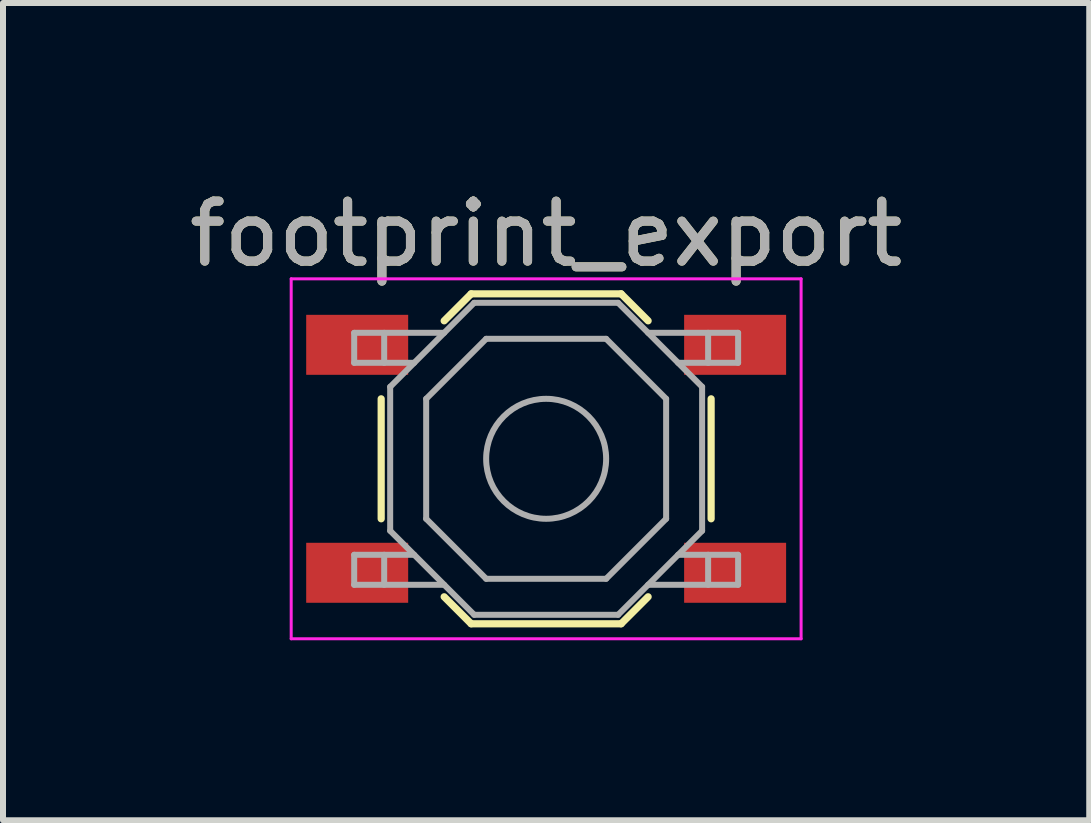
<source format=kicad_pcb>
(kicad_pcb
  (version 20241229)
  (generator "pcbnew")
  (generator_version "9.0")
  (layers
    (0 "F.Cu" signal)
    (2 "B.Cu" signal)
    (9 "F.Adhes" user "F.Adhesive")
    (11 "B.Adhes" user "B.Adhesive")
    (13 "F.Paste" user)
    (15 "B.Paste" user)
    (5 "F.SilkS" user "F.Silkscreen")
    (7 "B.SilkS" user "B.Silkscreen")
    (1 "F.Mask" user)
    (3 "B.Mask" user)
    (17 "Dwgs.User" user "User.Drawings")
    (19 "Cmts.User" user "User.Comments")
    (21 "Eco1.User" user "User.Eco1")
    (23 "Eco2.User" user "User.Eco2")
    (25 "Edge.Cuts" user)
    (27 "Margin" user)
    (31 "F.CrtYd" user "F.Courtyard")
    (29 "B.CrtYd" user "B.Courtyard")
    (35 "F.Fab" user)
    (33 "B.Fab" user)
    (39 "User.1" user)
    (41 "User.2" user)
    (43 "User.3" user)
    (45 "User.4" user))
  (footprint "footprint_export"
    (layer "F.Cu")
    (at 6.054 4.598)
    (property "Reference" "footprint_export" (at 0 -3.75 0) (layer "F.SilkS") (effects (font (size 1 1) (thickness 0.15))))
    (attr smd)
    (fp_line (start -2.75 -1) (end -2.75 1) (stroke (width 0.12) (type solid)) (layer "F.SilkS"))
    (fp_line (start -1.7 -2.3) (end -1.25 -2.75) (stroke (width 0.12) (type solid)) (layer "F.SilkS"))
    (fp_line (start -1.7 2.3) (end -1.25 2.75) (stroke (width 0.12) (type solid)) (layer "F.SilkS"))
    (fp_line (start -1.25 -2.75) (end 1.25 -2.75) (stroke (width 0.12) (type solid)) (layer "F.SilkS"))
    (fp_line (start -1.25 2.75) (end 1.25 2.75) (stroke (width 0.12) (type solid)) (layer "F.SilkS"))
    (fp_line (start 1.7 -2.3) (end 1.25 -2.75) (stroke (width 0.12) (type solid)) (layer "F.SilkS"))
    (fp_line (start 1.7 2.3) (end 1.25 2.75) (stroke (width 0.12) (type solid)) (layer "F.SilkS"))
    (fp_line (start 2.75 -1) (end 2.75 1) (stroke (width 0.12) (type solid)) (layer "F.SilkS"))
    (fp_line (start -4.25 -3) (end 4.25 -3) (stroke (width 0.05) (type solid)) (layer "F.CrtYd"))
    (fp_line (start -4.25 3) (end -4.25 -3) (stroke (width 0.05) (type solid)) (layer "F.CrtYd"))
    (fp_line (start 4.25 -3) (end 4.25 3) (stroke (width 0.05) (type solid)) (layer "F.CrtYd"))
    (fp_line (start 4.25 3) (end -4.25 3) (stroke (width 0.05) (type solid)) (layer "F.CrtYd"))
    (fp_line (start -3.2 -2.1) (end -3.2 -1.6) (stroke (width 0.1) (type solid)) (layer "F.Fab"))
    (fp_line (start -3.2 -1.6) (end -2.2 -1.6) (stroke (width 0.1) (type solid)) (layer "F.Fab"))
    (fp_line (start -3.2 1.6) (end -2.2 1.6) (stroke (width 0.1) (type solid)) (layer "F.Fab"))
    (fp_line (start -3.2 2.1) (end -3.2 1.6) (stroke (width 0.1) (type solid)) (layer "F.Fab"))
    (fp_line (start -2.7 -2.1) (end -2.7 -1.6) (stroke (width 0.1) (type solid)) (layer "F.Fab"))
    (fp_line (start -2.7 2.1) (end -2.7 1.6) (stroke (width 0.1) (type solid)) (layer "F.Fab"))
    (fp_line (start -2.6 -1.2) (end -2.6 1.2) (stroke (width 0.1) (type solid)) (layer "F.Fab"))
    (fp_line (start -2.6 1.2) (end -1.2 2.6) (stroke (width 0.1) (type solid)) (layer "F.Fab"))
    (fp_line (start -2 -1) (end -1 -2) (stroke (width 0.1) (type solid)) (layer "F.Fab"))
    (fp_line (start -2 1) (end -2 -1) (stroke (width 0.1) (type solid)) (layer "F.Fab"))
    (fp_line (start -1.7 -2.1) (end -3.2 -2.1) (stroke (width 0.1) (type solid)) (layer "F.Fab"))
    (fp_line (start -1.7 2.1) (end -3.2 2.1) (stroke (width 0.1) (type solid)) (layer "F.Fab"))
    (fp_line (start -1.2 -2.6) (end -2.6 -1.2) (stroke (width 0.1) (type solid)) (layer "F.Fab"))
    (fp_line (start -1.2 2.6) (end 1.2 2.6) (stroke (width 0.1) (type solid)) (layer "F.Fab"))
    (fp_line (start -1 -2) (end 1 -2) (stroke (width 0.1) (type solid)) (layer "F.Fab"))
    (fp_line (start -1 2) (end -2 1) (stroke (width 0.1) (type solid)) (layer "F.Fab"))
    (fp_line (start 1 -2) (end 2 -1) (stroke (width 0.1) (type solid)) (layer "F.Fab"))
    (fp_line (start 1 2) (end -1 2) (stroke (width 0.1) (type solid)) (layer "F.Fab"))
    (fp_line (start 1.2 -2.6) (end -1.2 -2.6) (stroke (width 0.1) (type solid)) (layer "F.Fab"))
    (fp_line (start 1.2 2.6) (end 2.6 1.2) (stroke (width 0.1) (type solid)) (layer "F.Fab"))
    (fp_line (start 1.7 -2.1) (end 3.2 -2.1) (stroke (width 0.1) (type solid)) (layer "F.Fab"))
    (fp_line (start 1.7 2.1) (end 3.2 2.1) (stroke (width 0.1) (type solid)) (layer "F.Fab"))
    (fp_line (start 2 -1) (end 2 1) (stroke (width 0.1) (type solid)) (layer "F.Fab"))
    (fp_line (start 2 1) (end 1 2) (stroke (width 0.1) (type solid)) (layer "F.Fab"))
    (fp_line (start 2.6 -1.2) (end 1.2 -2.6) (stroke (width 0.1) (type solid)) (layer "F.Fab"))
    (fp_line (start 2.6 1.2) (end 2.6 -1.2) (stroke (width 0.1) (type solid)) (layer "F.Fab"))
    (fp_line (start 2.7 -2.1) (end 2.7 -1.6) (stroke (width 0.1) (type solid)) (layer "F.Fab"))
    (fp_line (start 2.7 2.1) (end 2.7 1.6) (stroke (width 0.1) (type solid)) (layer "F.Fab"))
    (fp_line (start 3.2 -2.1) (end 3.2 -1.6) (stroke (width 0.1) (type solid)) (layer "F.Fab"))
    (fp_line (start 3.2 -1.6) (end 2.2 -1.6) (stroke (width 0.1) (type solid)) (layer "F.Fab"))
    (fp_line (start 3.2 1.6) (end 2.2 1.6) (stroke (width 0.1) (type solid)) (layer "F.Fab"))
    (fp_line (start 3.2 2.1) (end 3.2 1.6) (stroke (width 0.1) (type solid)) (layer "F.Fab"))
    (fp_circle (center 0 0) (end 1 0) (stroke (width 0.1) (type solid)) (fill no) (layer "F.Fab"))
    (fp_text user "${REFERENCE}" (at 0 -3.75 0) (layer "F.Fab") (effects (font (size 1 1) (thickness 0.15))))
    (pad "1" smd rect (at -3.15 -1.9) (size 1.7 1) (layers "F.Cu" "F.Mask" "F.Paste"))
    (pad "1" smd rect (at 3.15 -1.9) (size 1.7 1) (layers "F.Cu" "F.Mask" "F.Paste"))
    (pad "2" smd rect (at -3.15 1.9) (size 1.7 1) (layers "F.Cu" "F.Mask" "F.Paste"))
    (pad "2" smd rect (at 3.15 1.9) (size 1.7 1) (layers "F.Cu" "F.Mask" "F.Paste")))
  (gr_rect
    (start -3 -3)
    (end 15.107 10.623)
    (stroke (width 0.1) (type default))
    (fill no)
    (layer "Edge.Cuts")))
</source>
